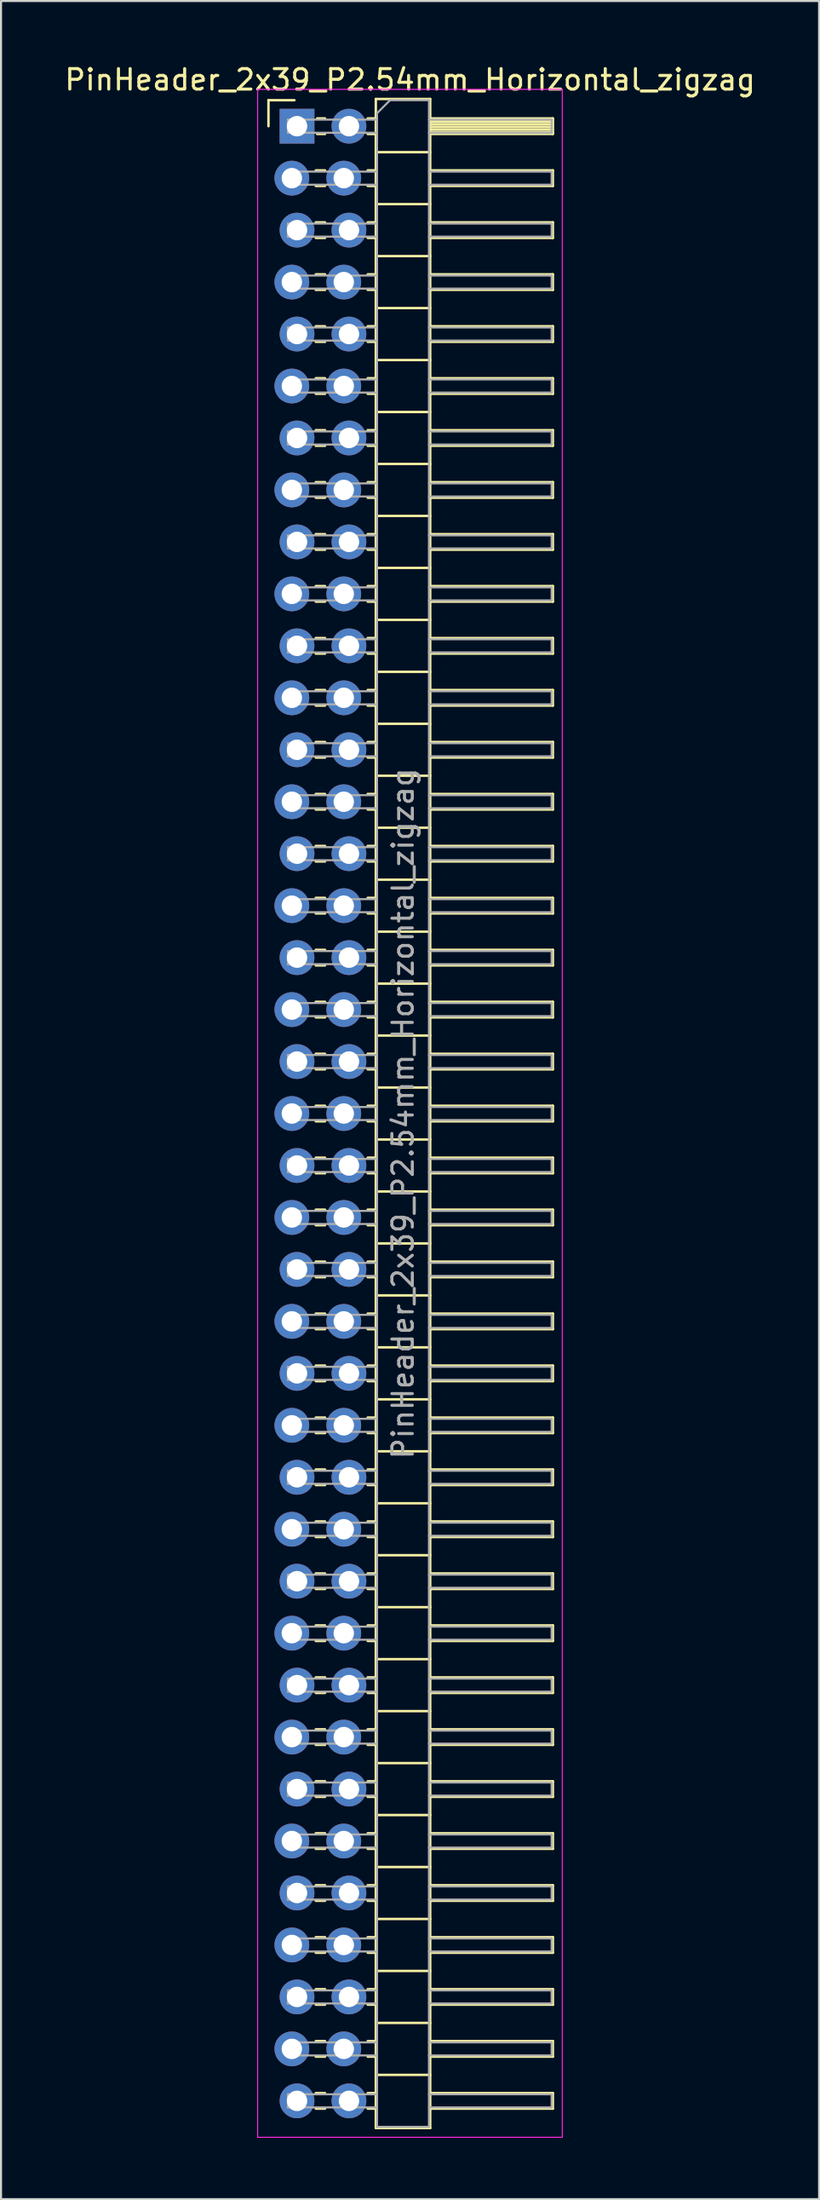
<source format=kicad_pcb>
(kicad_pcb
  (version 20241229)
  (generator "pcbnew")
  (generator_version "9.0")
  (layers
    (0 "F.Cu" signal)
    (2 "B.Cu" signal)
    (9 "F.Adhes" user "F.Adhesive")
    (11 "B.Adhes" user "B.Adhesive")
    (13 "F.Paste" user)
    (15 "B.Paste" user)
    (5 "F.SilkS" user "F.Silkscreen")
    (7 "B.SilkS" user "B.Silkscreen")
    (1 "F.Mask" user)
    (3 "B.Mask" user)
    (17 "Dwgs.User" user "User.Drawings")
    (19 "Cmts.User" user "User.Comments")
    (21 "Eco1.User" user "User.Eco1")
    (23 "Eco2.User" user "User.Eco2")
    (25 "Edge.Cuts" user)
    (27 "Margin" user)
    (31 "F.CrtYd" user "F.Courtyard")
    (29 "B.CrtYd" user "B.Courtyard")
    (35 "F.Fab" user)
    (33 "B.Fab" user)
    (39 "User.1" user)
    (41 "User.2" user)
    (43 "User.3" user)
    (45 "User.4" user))
  (footprint "PinHeader_2x39_P2.54mm_Horizontal_zigzag"
    (layer "F.Cu")
    (at 11.351 3.118)
    (property "Reference" "PinHeader_2x39_P2.54mm_Horizontal_zigzag" (at 5.655 -2.27 0) (layer "F.SilkS") (effects (font (size 1 1) (thickness 0.15))))
    (attr through_hole)
    (fp_line (start -1.27 -1.27) (end 0 -1.27) (stroke (width 0.12) (type solid)) (layer "F.SilkS"))
    (fp_line (start -1.27 0) (end -1.27 -1.27) (stroke (width 0.12) (type solid)) (layer "F.SilkS"))
    (fp_line (start 1.043 2.16) (end 1.497 2.16) (stroke (width 0.12) (type solid)) (layer "F.SilkS"))
    (fp_line (start 1.043 2.92) (end 1.497 2.92) (stroke (width 0.12) (type solid)) (layer "F.SilkS"))
    (fp_line (start 1.043 4.7) (end 1.497 4.7) (stroke (width 0.12) (type solid)) (layer "F.SilkS"))
    (fp_line (start 1.043 5.46) (end 1.497 5.46) (stroke (width 0.12) (type solid)) (layer "F.SilkS"))
    (fp_line (start 1.043 7.24) (end 1.497 7.24) (stroke (width 0.12) (type solid)) (layer "F.SilkS"))
    (fp_line (start 1.043 8) (end 1.497 8) (stroke (width 0.12) (type solid)) (layer "F.SilkS"))
    (fp_line (start 1.043 9.78) (end 1.497 9.78) (stroke (width 0.12) (type solid)) (layer "F.SilkS"))
    (fp_line (start 1.043 10.54) (end 1.497 10.54) (stroke (width 0.12) (type solid)) (layer "F.SilkS"))
    (fp_line (start 1.043 12.32) (end 1.497 12.32) (stroke (width 0.12) (type solid)) (layer "F.SilkS"))
    (fp_line (start 1.043 13.08) (end 1.497 13.08) (stroke (width 0.12) (type solid)) (layer "F.SilkS"))
    (fp_line (start 1.043 14.86) (end 1.497 14.86) (stroke (width 0.12) (type solid)) (layer "F.SilkS"))
    (fp_line (start 1.043 15.62) (end 1.497 15.62) (stroke (width 0.12) (type solid)) (layer "F.SilkS"))
    (fp_line (start 1.043 17.4) (end 1.497 17.4) (stroke (width 0.12) (type solid)) (layer "F.SilkS"))
    (fp_line (start 1.043 18.16) (end 1.497 18.16) (stroke (width 0.12) (type solid)) (layer "F.SilkS"))
    (fp_line (start 1.043 19.94) (end 1.497 19.94) (stroke (width 0.12) (type solid)) (layer "F.SilkS"))
    (fp_line (start 1.043 20.7) (end 1.497 20.7) (stroke (width 0.12) (type solid)) (layer "F.SilkS"))
    (fp_line (start 1.043 22.48) (end 1.497 22.48) (stroke (width 0.12) (type solid)) (layer "F.SilkS"))
    (fp_line (start 1.043 23.24) (end 1.497 23.24) (stroke (width 0.12) (type solid)) (layer "F.SilkS"))
    (fp_line (start 1.043 25.02) (end 1.497 25.02) (stroke (width 0.12) (type solid)) (layer "F.SilkS"))
    (fp_line (start 1.043 25.78) (end 1.497 25.78) (stroke (width 0.12) (type solid)) (layer "F.SilkS"))
    (fp_line (start 1.043 27.56) (end 1.497 27.56) (stroke (width 0.12) (type solid)) (layer "F.SilkS"))
    (fp_line (start 1.043 28.32) (end 1.497 28.32) (stroke (width 0.12) (type solid)) (layer "F.SilkS"))
    (fp_line (start 1.043 30.1) (end 1.497 30.1) (stroke (width 0.12) (type solid)) (layer "F.SilkS"))
    (fp_line (start 1.043 30.86) (end 1.497 30.86) (stroke (width 0.12) (type solid)) (layer "F.SilkS"))
    (fp_line (start 1.043 32.64) (end 1.497 32.64) (stroke (width 0.12) (type solid)) (layer "F.SilkS"))
    (fp_line (start 1.043 33.4) (end 1.497 33.4) (stroke (width 0.12) (type solid)) (layer "F.SilkS"))
    (fp_line (start 1.043 35.18) (end 1.497 35.18) (stroke (width 0.12) (type solid)) (layer "F.SilkS"))
    (fp_line (start 1.043 35.94) (end 1.497 35.94) (stroke (width 0.12) (type solid)) (layer "F.SilkS"))
    (fp_line (start 1.043 37.72) (end 1.497 37.72) (stroke (width 0.12) (type solid)) (layer "F.SilkS"))
    (fp_line (start 1.043 38.48) (end 1.497 38.48) (stroke (width 0.12) (type solid)) (layer "F.SilkS"))
    (fp_line (start 1.043 40.26) (end 1.497 40.26) (stroke (width 0.12) (type solid)) (layer "F.SilkS"))
    (fp_line (start 1.043 41.02) (end 1.497 41.02) (stroke (width 0.12) (type solid)) (layer "F.SilkS"))
    (fp_line (start 1.043 42.8) (end 1.497 42.8) (stroke (width 0.12) (type solid)) (layer "F.SilkS"))
    (fp_line (start 1.043 43.56) (end 1.497 43.56) (stroke (width 0.12) (type solid)) (layer "F.SilkS"))
    (fp_line (start 1.043 45.34) (end 1.497 45.34) (stroke (width 0.12) (type solid)) (layer "F.SilkS"))
    (fp_line (start 1.043 46.1) (end 1.497 46.1) (stroke (width 0.12) (type solid)) (layer "F.SilkS"))
    (fp_line (start 1.043 47.88) (end 1.497 47.88) (stroke (width 0.12) (type solid)) (layer "F.SilkS"))
    (fp_line (start 1.043 48.64) (end 1.497 48.64) (stroke (width 0.12) (type solid)) (layer "F.SilkS"))
    (fp_line (start 1.043 50.42) (end 1.497 50.42) (stroke (width 0.12) (type solid)) (layer "F.SilkS"))
    (fp_line (start 1.043 51.18) (end 1.497 51.18) (stroke (width 0.12) (type solid)) (layer "F.SilkS"))
    (fp_line (start 1.043 52.96) (end 1.497 52.96) (stroke (width 0.12) (type solid)) (layer "F.SilkS"))
    (fp_line (start 1.043 53.72) (end 1.497 53.72) (stroke (width 0.12) (type solid)) (layer "F.SilkS"))
    (fp_line (start 1.043 55.5) (end 1.497 55.5) (stroke (width 0.12) (type solid)) (layer "F.SilkS"))
    (fp_line (start 1.043 56.26) (end 1.497 56.26) (stroke (width 0.12) (type solid)) (layer "F.SilkS"))
    (fp_line (start 1.043 58.04) (end 1.497 58.04) (stroke (width 0.12) (type solid)) (layer "F.SilkS"))
    (fp_line (start 1.043 58.8) (end 1.497 58.8) (stroke (width 0.12) (type solid)) (layer "F.SilkS"))
    (fp_line (start 1.043 60.58) (end 1.497 60.58) (stroke (width 0.12) (type solid)) (layer "F.SilkS"))
    (fp_line (start 1.043 61.34) (end 1.497 61.34) (stroke (width 0.12) (type solid)) (layer "F.SilkS"))
    (fp_line (start 1.043 63.12) (end 1.497 63.12) (stroke (width 0.12) (type solid)) (layer "F.SilkS"))
    (fp_line (start 1.043 63.88) (end 1.497 63.88) (stroke (width 0.12) (type solid)) (layer "F.SilkS"))
    (fp_line (start 1.043 65.66) (end 1.497 65.66) (stroke (width 0.12) (type solid)) (layer "F.SilkS"))
    (fp_line (start 1.043 66.42) (end 1.497 66.42) (stroke (width 0.12) (type solid)) (layer "F.SilkS"))
    (fp_line (start 1.043 68.2) (end 1.497 68.2) (stroke (width 0.12) (type solid)) (layer "F.SilkS"))
    (fp_line (start 1.043 68.96) (end 1.497 68.96) (stroke (width 0.12) (type solid)) (layer "F.SilkS"))
    (fp_line (start 1.043 70.74) (end 1.497 70.74) (stroke (width 0.12) (type solid)) (layer "F.SilkS"))
    (fp_line (start 1.043 71.5) (end 1.497 71.5) (stroke (width 0.12) (type solid)) (layer "F.SilkS"))
    (fp_line (start 1.043 73.28) (end 1.497 73.28) (stroke (width 0.12) (type solid)) (layer "F.SilkS"))
    (fp_line (start 1.043 74.04) (end 1.497 74.04) (stroke (width 0.12) (type solid)) (layer "F.SilkS"))
    (fp_line (start 1.043 75.82) (end 1.497 75.82) (stroke (width 0.12) (type solid)) (layer "F.SilkS"))
    (fp_line (start 1.043 76.58) (end 1.497 76.58) (stroke (width 0.12) (type solid)) (layer "F.SilkS"))
    (fp_line (start 1.043 78.36) (end 1.497 78.36) (stroke (width 0.12) (type solid)) (layer "F.SilkS"))
    (fp_line (start 1.043 79.12) (end 1.497 79.12) (stroke (width 0.12) (type solid)) (layer "F.SilkS"))
    (fp_line (start 1.043 80.9) (end 1.497 80.9) (stroke (width 0.12) (type solid)) (layer "F.SilkS"))
    (fp_line (start 1.043 81.66) (end 1.497 81.66) (stroke (width 0.12) (type solid)) (layer "F.SilkS"))
    (fp_line (start 1.043 83.44) (end 1.497 83.44) (stroke (width 0.12) (type solid)) (layer "F.SilkS"))
    (fp_line (start 1.043 84.2) (end 1.497 84.2) (stroke (width 0.12) (type solid)) (layer "F.SilkS"))
    (fp_line (start 1.043 85.98) (end 1.497 85.98) (stroke (width 0.12) (type solid)) (layer "F.SilkS"))
    (fp_line (start 1.043 86.74) (end 1.497 86.74) (stroke (width 0.12) (type solid)) (layer "F.SilkS"))
    (fp_line (start 1.043 88.52) (end 1.497 88.52) (stroke (width 0.12) (type solid)) (layer "F.SilkS"))
    (fp_line (start 1.043 89.28) (end 1.497 89.28) (stroke (width 0.12) (type solid)) (layer "F.SilkS"))
    (fp_line (start 1.043 91.06) (end 1.497 91.06) (stroke (width 0.12) (type solid)) (layer "F.SilkS"))
    (fp_line (start 1.043 91.82) (end 1.497 91.82) (stroke (width 0.12) (type solid)) (layer "F.SilkS"))
    (fp_line (start 1.043 93.6) (end 1.497 93.6) (stroke (width 0.12) (type solid)) (layer "F.SilkS"))
    (fp_line (start 1.043 94.36) (end 1.497 94.36) (stroke (width 0.12) (type solid)) (layer "F.SilkS"))
    (fp_line (start 1.043 96.14) (end 1.497 96.14) (stroke (width 0.12) (type solid)) (layer "F.SilkS"))
    (fp_line (start 1.043 96.9) (end 1.497 96.9) (stroke (width 0.12) (type solid)) (layer "F.SilkS"))
    (fp_line (start 1.11 -0.38) (end 1.497 -0.38) (stroke (width 0.12) (type solid)) (layer "F.SilkS"))
    (fp_line (start 1.11 0.38) (end 1.497 0.38) (stroke (width 0.12) (type solid)) (layer "F.SilkS"))
    (fp_line (start 3.583 -0.38) (end 3.98 -0.38) (stroke (width 0.12) (type solid)) (layer "F.SilkS"))
    (fp_line (start 3.583 0.38) (end 3.98 0.38) (stroke (width 0.12) (type solid)) (layer "F.SilkS"))
    (fp_line (start 3.583 2.16) (end 3.98 2.16) (stroke (width 0.12) (type solid)) (layer "F.SilkS"))
    (fp_line (start 3.583 2.92) (end 3.98 2.92) (stroke (width 0.12) (type solid)) (layer "F.SilkS"))
    (fp_line (start 3.583 4.7) (end 3.98 4.7) (stroke (width 0.12) (type solid)) (layer "F.SilkS"))
    (fp_line (start 3.583 5.46) (end 3.98 5.46) (stroke (width 0.12) (type solid)) (layer "F.SilkS"))
    (fp_line (start 3.583 7.24) (end 3.98 7.24) (stroke (width 0.12) (type solid)) (layer "F.SilkS"))
    (fp_line (start 3.583 8) (end 3.98 8) (stroke (width 0.12) (type solid)) (layer "F.SilkS"))
    (fp_line (start 3.583 9.78) (end 3.98 9.78) (stroke (width 0.12) (type solid)) (layer "F.SilkS"))
    (fp_line (start 3.583 10.54) (end 3.98 10.54) (stroke (width 0.12) (type solid)) (layer "F.SilkS"))
    (fp_line (start 3.583 12.32) (end 3.98 12.32) (stroke (width 0.12) (type solid)) (layer "F.SilkS"))
    (fp_line (start 3.583 13.08) (end 3.98 13.08) (stroke (width 0.12) (type solid)) (layer "F.SilkS"))
    (fp_line (start 3.583 14.86) (end 3.98 14.86) (stroke (width 0.12) (type solid)) (layer "F.SilkS"))
    (fp_line (start 3.583 15.62) (end 3.98 15.62) (stroke (width 0.12) (type solid)) (layer "F.SilkS"))
    (fp_line (start 3.583 17.4) (end 3.98 17.4) (stroke (width 0.12) (type solid)) (layer "F.SilkS"))
    (fp_line (start 3.583 18.16) (end 3.98 18.16) (stroke (width 0.12) (type solid)) (layer "F.SilkS"))
    (fp_line (start 3.583 19.94) (end 3.98 19.94) (stroke (width 0.12) (type solid)) (layer "F.SilkS"))
    (fp_line (start 3.583 20.7) (end 3.98 20.7) (stroke (width 0.12) (type solid)) (layer "F.SilkS"))
    (fp_line (start 3.583 22.48) (end 3.98 22.48) (stroke (width 0.12) (type solid)) (layer "F.SilkS"))
    (fp_line (start 3.583 23.24) (end 3.98 23.24) (stroke (width 0.12) (type solid)) (layer "F.SilkS"))
    (fp_line (start 3.583 25.02) (end 3.98 25.02) (stroke (width 0.12) (type solid)) (layer "F.SilkS"))
    (fp_line (start 3.583 25.78) (end 3.98 25.78) (stroke (width 0.12) (type solid)) (layer "F.SilkS"))
    (fp_line (start 3.583 27.56) (end 3.98 27.56) (stroke (width 0.12) (type solid)) (layer "F.SilkS"))
    (fp_line (start 3.583 28.32) (end 3.98 28.32) (stroke (width 0.12) (type solid)) (layer "F.SilkS"))
    (fp_line (start 3.583 30.1) (end 3.98 30.1) (stroke (width 0.12) (type solid)) (layer "F.SilkS"))
    (fp_line (start 3.583 30.86) (end 3.98 30.86) (stroke (width 0.12) (type solid)) (layer "F.SilkS"))
    (fp_line (start 3.583 32.64) (end 3.98 32.64) (stroke (width 0.12) (type solid)) (layer "F.SilkS"))
    (fp_line (start 3.583 33.4) (end 3.98 33.4) (stroke (width 0.12) (type solid)) (layer "F.SilkS"))
    (fp_line (start 3.583 35.18) (end 3.98 35.18) (stroke (width 0.12) (type solid)) (layer "F.SilkS"))
    (fp_line (start 3.583 35.94) (end 3.98 35.94) (stroke (width 0.12) (type solid)) (layer "F.SilkS"))
    (fp_line (start 3.583 37.72) (end 3.98 37.72) (stroke (width 0.12) (type solid)) (layer "F.SilkS"))
    (fp_line (start 3.583 38.48) (end 3.98 38.48) (stroke (width 0.12) (type solid)) (layer "F.SilkS"))
    (fp_line (start 3.583 40.26) (end 3.98 40.26) (stroke (width 0.12) (type solid)) (layer "F.SilkS"))
    (fp_line (start 3.583 41.02) (end 3.98 41.02) (stroke (width 0.12) (type solid)) (layer "F.SilkS"))
    (fp_line (start 3.583 42.8) (end 3.98 42.8) (stroke (width 0.12) (type solid)) (layer "F.SilkS"))
    (fp_line (start 3.583 43.56) (end 3.98 43.56) (stroke (width 0.12) (type solid)) (layer "F.SilkS"))
    (fp_line (start 3.583 45.34) (end 3.98 45.34) (stroke (width 0.12) (type solid)) (layer "F.SilkS"))
    (fp_line (start 3.583 46.1) (end 3.98 46.1) (stroke (width 0.12) (type solid)) (layer "F.SilkS"))
    (fp_line (start 3.583 47.88) (end 3.98 47.88) (stroke (width 0.12) (type solid)) (layer "F.SilkS"))
    (fp_line (start 3.583 48.64) (end 3.98 48.64) (stroke (width 0.12) (type solid)) (layer "F.SilkS"))
    (fp_line (start 3.583 50.42) (end 3.98 50.42) (stroke (width 0.12) (type solid)) (layer "F.SilkS"))
    (fp_line (start 3.583 51.18) (end 3.98 51.18) (stroke (width 0.12) (type solid)) (layer "F.SilkS"))
    (fp_line (start 3.583 52.96) (end 3.98 52.96) (stroke (width 0.12) (type solid)) (layer "F.SilkS"))
    (fp_line (start 3.583 53.72) (end 3.98 53.72) (stroke (width 0.12) (type solid)) (layer "F.SilkS"))
    (fp_line (start 3.583 55.5) (end 3.98 55.5) (stroke (width 0.12) (type solid)) (layer "F.SilkS"))
    (fp_line (start 3.583 56.26) (end 3.98 56.26) (stroke (width 0.12) (type solid)) (layer "F.SilkS"))
    (fp_line (start 3.583 58.04) (end 3.98 58.04) (stroke (width 0.12) (type solid)) (layer "F.SilkS"))
    (fp_line (start 3.583 58.8) (end 3.98 58.8) (stroke (width 0.12) (type solid)) (layer "F.SilkS"))
    (fp_line (start 3.583 60.58) (end 3.98 60.58) (stroke (width 0.12) (type solid)) (layer "F.SilkS"))
    (fp_line (start 3.583 61.34) (end 3.98 61.34) (stroke (width 0.12) (type solid)) (layer "F.SilkS"))
    (fp_line (start 3.583 63.12) (end 3.98 63.12) (stroke (width 0.12) (type solid)) (layer "F.SilkS"))
    (fp_line (start 3.583 63.88) (end 3.98 63.88) (stroke (width 0.12) (type solid)) (layer "F.SilkS"))
    (fp_line (start 3.583 65.66) (end 3.98 65.66) (stroke (width 0.12) (type solid)) (layer "F.SilkS"))
    (fp_line (start 3.583 66.42) (end 3.98 66.42) (stroke (width 0.12) (type solid)) (layer "F.SilkS"))
    (fp_line (start 3.583 68.2) (end 3.98 68.2) (stroke (width 0.12) (type solid)) (layer "F.SilkS"))
    (fp_line (start 3.583 68.96) (end 3.98 68.96) (stroke (width 0.12) (type solid)) (layer "F.SilkS"))
    (fp_line (start 3.583 70.74) (end 3.98 70.74) (stroke (width 0.12) (type solid)) (layer "F.SilkS"))
    (fp_line (start 3.583 71.5) (end 3.98 71.5) (stroke (width 0.12) (type solid)) (layer "F.SilkS"))
    (fp_line (start 3.583 73.28) (end 3.98 73.28) (stroke (width 0.12) (type solid)) (layer "F.SilkS"))
    (fp_line (start 3.583 74.04) (end 3.98 74.04) (stroke (width 0.12) (type solid)) (layer "F.SilkS"))
    (fp_line (start 3.583 75.82) (end 3.98 75.82) (stroke (width 0.12) (type solid)) (layer "F.SilkS"))
    (fp_line (start 3.583 76.58) (end 3.98 76.58) (stroke (width 0.12) (type solid)) (layer "F.SilkS"))
    (fp_line (start 3.583 78.36) (end 3.98 78.36) (stroke (width 0.12) (type solid)) (layer "F.SilkS"))
    (fp_line (start 3.583 79.12) (end 3.98 79.12) (stroke (width 0.12) (type solid)) (layer "F.SilkS"))
    (fp_line (start 3.583 80.9) (end 3.98 80.9) (stroke (width 0.12) (type solid)) (layer "F.SilkS"))
    (fp_line (start 3.583 81.66) (end 3.98 81.66) (stroke (width 0.12) (type solid)) (layer "F.SilkS"))
    (fp_line (start 3.583 83.44) (end 3.98 83.44) (stroke (width 0.12) (type solid)) (layer "F.SilkS"))
    (fp_line (start 3.583 84.2) (end 3.98 84.2) (stroke (width 0.12) (type solid)) (layer "F.SilkS"))
    (fp_line (start 3.583 85.98) (end 3.98 85.98) (stroke (width 0.12) (type solid)) (layer "F.SilkS"))
    (fp_line (start 3.583 86.74) (end 3.98 86.74) (stroke (width 0.12) (type solid)) (layer "F.SilkS"))
    (fp_line (start 3.583 88.52) (end 3.98 88.52) (stroke (width 0.12) (type solid)) (layer "F.SilkS"))
    (fp_line (start 3.583 89.28) (end 3.98 89.28) (stroke (width 0.12) (type solid)) (layer "F.SilkS"))
    (fp_line (start 3.583 91.06) (end 3.98 91.06) (stroke (width 0.12) (type solid)) (layer "F.SilkS"))
    (fp_line (start 3.583 91.82) (end 3.98 91.82) (stroke (width 0.12) (type solid)) (layer "F.SilkS"))
    (fp_line (start 3.583 93.6) (end 3.98 93.6) (stroke (width 0.12) (type solid)) (layer "F.SilkS"))
    (fp_line (start 3.583 94.36) (end 3.98 94.36) (stroke (width 0.12) (type solid)) (layer "F.SilkS"))
    (fp_line (start 3.583 96.14) (end 3.98 96.14) (stroke (width 0.12) (type solid)) (layer "F.SilkS"))
    (fp_line (start 3.583 96.9) (end 3.98 96.9) (stroke (width 0.12) (type solid)) (layer "F.SilkS"))
    (fp_line (start 3.98 -1.33) (end 3.98 97.85) (stroke (width 0.12) (type solid)) (layer "F.SilkS"))
    (fp_line (start 3.98 1.27) (end 6.64 1.27) (stroke (width 0.12) (type solid)) (layer "F.SilkS"))
    (fp_line (start 3.98 3.81) (end 6.64 3.81) (stroke (width 0.12) (type solid)) (layer "F.SilkS"))
    (fp_line (start 3.98 6.35) (end 6.64 6.35) (stroke (width 0.12) (type solid)) (layer "F.SilkS"))
    (fp_line (start 3.98 8.89) (end 6.64 8.89) (stroke (width 0.12) (type solid)) (layer "F.SilkS"))
    (fp_line (start 3.98 11.43) (end 6.64 11.43) (stroke (width 0.12) (type solid)) (layer "F.SilkS"))
    (fp_line (start 3.98 13.97) (end 6.64 13.97) (stroke (width 0.12) (type solid)) (layer "F.SilkS"))
    (fp_line (start 3.98 16.51) (end 6.64 16.51) (stroke (width 0.12) (type solid)) (layer "F.SilkS"))
    (fp_line (start 3.98 19.05) (end 6.64 19.05) (stroke (width 0.12) (type solid)) (layer "F.SilkS"))
    (fp_line (start 3.98 21.59) (end 6.64 21.59) (stroke (width 0.12) (type solid)) (layer "F.SilkS"))
    (fp_line (start 3.98 24.13) (end 6.64 24.13) (stroke (width 0.12) (type solid)) (layer "F.SilkS"))
    (fp_line (start 3.98 26.67) (end 6.64 26.67) (stroke (width 0.12) (type solid)) (layer "F.SilkS"))
    (fp_line (start 3.98 29.21) (end 6.64 29.21) (stroke (width 0.12) (type solid)) (layer "F.SilkS"))
    (fp_line (start 3.98 31.75) (end 6.64 31.75) (stroke (width 0.12) (type solid)) (layer "F.SilkS"))
    (fp_line (start 3.98 34.29) (end 6.64 34.29) (stroke (width 0.12) (type solid)) (layer "F.SilkS"))
    (fp_line (start 3.98 36.83) (end 6.64 36.83) (stroke (width 0.12) (type solid)) (layer "F.SilkS"))
    (fp_line (start 3.98 39.37) (end 6.64 39.37) (stroke (width 0.12) (type solid)) (layer "F.SilkS"))
    (fp_line (start 3.98 41.91) (end 6.64 41.91) (stroke (width 0.12) (type solid)) (layer "F.SilkS"))
    (fp_line (start 3.98 44.45) (end 6.64 44.45) (stroke (width 0.12) (type solid)) (layer "F.SilkS"))
    (fp_line (start 3.98 46.99) (end 6.64 46.99) (stroke (width 0.12) (type solid)) (layer "F.SilkS"))
    (fp_line (start 3.98 49.53) (end 6.64 49.53) (stroke (width 0.12) (type solid)) (layer "F.SilkS"))
    (fp_line (start 3.98 52.07) (end 6.64 52.07) (stroke (width 0.12) (type solid)) (layer "F.SilkS"))
    (fp_line (start 3.98 54.61) (end 6.64 54.61) (stroke (width 0.12) (type solid)) (layer "F.SilkS"))
    (fp_line (start 3.98 57.15) (end 6.64 57.15) (stroke (width 0.12) (type solid)) (layer "F.SilkS"))
    (fp_line (start 3.98 59.69) (end 6.64 59.69) (stroke (width 0.12) (type solid)) (layer "F.SilkS"))
    (fp_line (start 3.98 62.23) (end 6.64 62.23) (stroke (width 0.12) (type solid)) (layer "F.SilkS"))
    (fp_line (start 3.98 64.77) (end 6.64 64.77) (stroke (width 0.12) (type solid)) (layer "F.SilkS"))
    (fp_line (start 3.98 67.31) (end 6.64 67.31) (stroke (width 0.12) (type solid)) (layer "F.SilkS"))
    (fp_line (start 3.98 69.85) (end 6.64 69.85) (stroke (width 0.12) (type solid)) (layer "F.SilkS"))
    (fp_line (start 3.98 72.39) (end 6.64 72.39) (stroke (width 0.12) (type solid)) (layer "F.SilkS"))
    (fp_line (start 3.98 74.93) (end 6.64 74.93) (stroke (width 0.12) (type solid)) (layer "F.SilkS"))
    (fp_line (start 3.98 77.47) (end 6.64 77.47) (stroke (width 0.12) (type solid)) (layer "F.SilkS"))
    (fp_line (start 3.98 80.01) (end 6.64 80.01) (stroke (width 0.12) (type solid)) (layer "F.SilkS"))
    (fp_line (start 3.98 82.55) (end 6.64 82.55) (stroke (width 0.12) (type solid)) (layer "F.SilkS"))
    (fp_line (start 3.98 85.09) (end 6.64 85.09) (stroke (width 0.12) (type solid)) (layer "F.SilkS"))
    (fp_line (start 3.98 87.63) (end 6.64 87.63) (stroke (width 0.12) (type solid)) (layer "F.SilkS"))
    (fp_line (start 3.98 90.17) (end 6.64 90.17) (stroke (width 0.12) (type solid)) (layer "F.SilkS"))
    (fp_line (start 3.98 92.71) (end 6.64 92.71) (stroke (width 0.12) (type solid)) (layer "F.SilkS"))
    (fp_line (start 3.98 95.25) (end 6.64 95.25) (stroke (width 0.12) (type solid)) (layer "F.SilkS"))
    (fp_line (start 3.98 97.85) (end 6.64 97.85) (stroke (width 0.12) (type solid)) (layer "F.SilkS"))
    (fp_line (start 6.64 -1.33) (end 3.98 -1.33) (stroke (width 0.12) (type solid)) (layer "F.SilkS"))
    (fp_line (start 6.64 -0.38) (end 12.64 -0.38) (stroke (width 0.12) (type solid)) (layer "F.SilkS"))
    (fp_line (start 6.64 -0.32) (end 12.64 -0.32) (stroke (width 0.12) (type solid)) (layer "F.SilkS"))
    (fp_line (start 6.64 -0.2) (end 12.64 -0.2) (stroke (width 0.12) (type solid)) (layer "F.SilkS"))
    (fp_line (start 6.64 -0.08) (end 12.64 -0.08) (stroke (width 0.12) (type solid)) (layer "F.SilkS"))
    (fp_line (start 6.64 0.04) (end 12.64 0.04) (stroke (width 0.12) (type solid)) (layer "F.SilkS"))
    (fp_line (start 6.64 0.16) (end 12.64 0.16) (stroke (width 0.12) (type solid)) (layer "F.SilkS"))
    (fp_line (start 6.64 0.28) (end 12.64 0.28) (stroke (width 0.12) (type solid)) (layer "F.SilkS"))
    (fp_line (start 6.64 2.16) (end 12.64 2.16) (stroke (width 0.12) (type solid)) (layer "F.SilkS"))
    (fp_line (start 6.64 4.7) (end 12.64 4.7) (stroke (width 0.12) (type solid)) (layer "F.SilkS"))
    (fp_line (start 6.64 7.24) (end 12.64 7.24) (stroke (width 0.12) (type solid)) (layer "F.SilkS"))
    (fp_line (start 6.64 9.78) (end 12.64 9.78) (stroke (width 0.12) (type solid)) (layer "F.SilkS"))
    (fp_line (start 6.64 12.32) (end 12.64 12.32) (stroke (width 0.12) (type solid)) (layer "F.SilkS"))
    (fp_line (start 6.64 14.86) (end 12.64 14.86) (stroke (width 0.12) (type solid)) (layer "F.SilkS"))
    (fp_line (start 6.64 17.4) (end 12.64 17.4) (stroke (width 0.12) (type solid)) (layer "F.SilkS"))
    (fp_line (start 6.64 19.94) (end 12.64 19.94) (stroke (width 0.12) (type solid)) (layer "F.SilkS"))
    (fp_line (start 6.64 22.48) (end 12.64 22.48) (stroke (width 0.12) (type solid)) (layer "F.SilkS"))
    (fp_line (start 6.64 25.02) (end 12.64 25.02) (stroke (width 0.12) (type solid)) (layer "F.SilkS"))
    (fp_line (start 6.64 27.56) (end 12.64 27.56) (stroke (width 0.12) (type solid)) (layer "F.SilkS"))
    (fp_line (start 6.64 30.1) (end 12.64 30.1) (stroke (width 0.12) (type solid)) (layer "F.SilkS"))
    (fp_line (start 6.64 32.64) (end 12.64 32.64) (stroke (width 0.12) (type solid)) (layer "F.SilkS"))
    (fp_line (start 6.64 35.18) (end 12.64 35.18) (stroke (width 0.12) (type solid)) (layer "F.SilkS"))
    (fp_line (start 6.64 37.72) (end 12.64 37.72) (stroke (width 0.12) (type solid)) (layer "F.SilkS"))
    (fp_line (start 6.64 40.26) (end 12.64 40.26) (stroke (width 0.12) (type solid)) (layer "F.SilkS"))
    (fp_line (start 6.64 42.8) (end 12.64 42.8) (stroke (width 0.12) (type solid)) (layer "F.SilkS"))
    (fp_line (start 6.64 45.34) (end 12.64 45.34) (stroke (width 0.12) (type solid)) (layer "F.SilkS"))
    (fp_line (start 6.64 47.88) (end 12.64 47.88) (stroke (width 0.12) (type solid)) (layer "F.SilkS"))
    (fp_line (start 6.64 50.42) (end 12.64 50.42) (stroke (width 0.12) (type solid)) (layer "F.SilkS"))
    (fp_line (start 6.64 52.96) (end 12.64 52.96) (stroke (width 0.12) (type solid)) (layer "F.SilkS"))
    (fp_line (start 6.64 55.5) (end 12.64 55.5) (stroke (width 0.12) (type solid)) (layer "F.SilkS"))
    (fp_line (start 6.64 58.04) (end 12.64 58.04) (stroke (width 0.12) (type solid)) (layer "F.SilkS"))
    (fp_line (start 6.64 60.58) (end 12.64 60.58) (stroke (width 0.12) (type solid)) (layer "F.SilkS"))
    (fp_line (start 6.64 63.12) (end 12.64 63.12) (stroke (width 0.12) (type solid)) (layer "F.SilkS"))
    (fp_line (start 6.64 65.66) (end 12.64 65.66) (stroke (width 0.12) (type solid)) (layer "F.SilkS"))
    (fp_line (start 6.64 68.2) (end 12.64 68.2) (stroke (width 0.12) (type solid)) (layer "F.SilkS"))
    (fp_line (start 6.64 70.74) (end 12.64 70.74) (stroke (width 0.12) (type solid)) (layer "F.SilkS"))
    (fp_line (start 6.64 73.28) (end 12.64 73.28) (stroke (width 0.12) (type solid)) (layer "F.SilkS"))
    (fp_line (start 6.64 75.82) (end 12.64 75.82) (stroke (width 0.12) (type solid)) (layer "F.SilkS"))
    (fp_line (start 6.64 78.36) (end 12.64 78.36) (stroke (width 0.12) (type solid)) (layer "F.SilkS"))
    (fp_line (start 6.64 80.9) (end 12.64 80.9) (stroke (width 0.12) (type solid)) (layer "F.SilkS"))
    (fp_line (start 6.64 83.44) (end 12.64 83.44) (stroke (width 0.12) (type solid)) (layer "F.SilkS"))
    (fp_line (start 6.64 85.98) (end 12.64 85.98) (stroke (width 0.12) (type solid)) (layer "F.SilkS"))
    (fp_line (start 6.64 88.52) (end 12.64 88.52) (stroke (width 0.12) (type solid)) (layer "F.SilkS"))
    (fp_line (start 6.64 91.06) (end 12.64 91.06) (stroke (width 0.12) (type solid)) (layer "F.SilkS"))
    (fp_line (start 6.64 93.6) (end 12.64 93.6) (stroke (width 0.12) (type solid)) (layer "F.SilkS"))
    (fp_line (start 6.64 96.14) (end 12.64 96.14) (stroke (width 0.12) (type solid)) (layer "F.SilkS"))
    (fp_line (start 6.64 97.85) (end 6.64 -1.33) (stroke (width 0.12) (type solid)) (layer "F.SilkS"))
    (fp_line (start 12.64 -0.38) (end 12.64 0.38) (stroke (width 0.12) (type solid)) (layer "F.SilkS"))
    (fp_line (start 12.64 0.38) (end 6.64 0.38) (stroke (width 0.12) (type solid)) (layer "F.SilkS"))
    (fp_line (start 12.64 2.16) (end 12.64 2.92) (stroke (width 0.12) (type solid)) (layer "F.SilkS"))
    (fp_line (start 12.64 2.92) (end 6.64 2.92) (stroke (width 0.12) (type solid)) (layer "F.SilkS"))
    (fp_line (start 12.64 4.7) (end 12.64 5.46) (stroke (width 0.12) (type solid)) (layer "F.SilkS"))
    (fp_line (start 12.64 5.46) (end 6.64 5.46) (stroke (width 0.12) (type solid)) (layer "F.SilkS"))
    (fp_line (start 12.64 7.24) (end 12.64 8) (stroke (width 0.12) (type solid)) (layer "F.SilkS"))
    (fp_line (start 12.64 8) (end 6.64 8) (stroke (width 0.12) (type solid)) (layer "F.SilkS"))
    (fp_line (start 12.64 9.78) (end 12.64 10.54) (stroke (width 0.12) (type solid)) (layer "F.SilkS"))
    (fp_line (start 12.64 10.54) (end 6.64 10.54) (stroke (width 0.12) (type solid)) (layer "F.SilkS"))
    (fp_line (start 12.64 12.32) (end 12.64 13.08) (stroke (width 0.12) (type solid)) (layer "F.SilkS"))
    (fp_line (start 12.64 13.08) (end 6.64 13.08) (stroke (width 0.12) (type solid)) (layer "F.SilkS"))
    (fp_line (start 12.64 14.86) (end 12.64 15.62) (stroke (width 0.12) (type solid)) (layer "F.SilkS"))
    (fp_line (start 12.64 15.62) (end 6.64 15.62) (stroke (width 0.12) (type solid)) (layer "F.SilkS"))
    (fp_line (start 12.64 17.4) (end 12.64 18.16) (stroke (width 0.12) (type solid)) (layer "F.SilkS"))
    (fp_line (start 12.64 18.16) (end 6.64 18.16) (stroke (width 0.12) (type solid)) (layer "F.SilkS"))
    (fp_line (start 12.64 19.94) (end 12.64 20.7) (stroke (width 0.12) (type solid)) (layer "F.SilkS"))
    (fp_line (start 12.64 20.7) (end 6.64 20.7) (stroke (width 0.12) (type solid)) (layer "F.SilkS"))
    (fp_line (start 12.64 22.48) (end 12.64 23.24) (stroke (width 0.12) (type solid)) (layer "F.SilkS"))
    (fp_line (start 12.64 23.24) (end 6.64 23.24) (stroke (width 0.12) (type solid)) (layer "F.SilkS"))
    (fp_line (start 12.64 25.02) (end 12.64 25.78) (stroke (width 0.12) (type solid)) (layer "F.SilkS"))
    (fp_line (start 12.64 25.78) (end 6.64 25.78) (stroke (width 0.12) (type solid)) (layer "F.SilkS"))
    (fp_line (start 12.64 27.56) (end 12.64 28.32) (stroke (width 0.12) (type solid)) (layer "F.SilkS"))
    (fp_line (start 12.64 28.32) (end 6.64 28.32) (stroke (width 0.12) (type solid)) (layer "F.SilkS"))
    (fp_line (start 12.64 30.1) (end 12.64 30.86) (stroke (width 0.12) (type solid)) (layer "F.SilkS"))
    (fp_line (start 12.64 30.86) (end 6.64 30.86) (stroke (width 0.12) (type solid)) (layer "F.SilkS"))
    (fp_line (start 12.64 32.64) (end 12.64 33.4) (stroke (width 0.12) (type solid)) (layer "F.SilkS"))
    (fp_line (start 12.64 33.4) (end 6.64 33.4) (stroke (width 0.12) (type solid)) (layer "F.SilkS"))
    (fp_line (start 12.64 35.18) (end 12.64 35.94) (stroke (width 0.12) (type solid)) (layer "F.SilkS"))
    (fp_line (start 12.64 35.94) (end 6.64 35.94) (stroke (width 0.12) (type solid)) (layer "F.SilkS"))
    (fp_line (start 12.64 37.72) (end 12.64 38.48) (stroke (width 0.12) (type solid)) (layer "F.SilkS"))
    (fp_line (start 12.64 38.48) (end 6.64 38.48) (stroke (width 0.12) (type solid)) (layer "F.SilkS"))
    (fp_line (start 12.64 40.26) (end 12.64 41.02) (stroke (width 0.12) (type solid)) (layer "F.SilkS"))
    (fp_line (start 12.64 41.02) (end 6.64 41.02) (stroke (width 0.12) (type solid)) (layer "F.SilkS"))
    (fp_line (start 12.64 42.8) (end 12.64 43.56) (stroke (width 0.12) (type solid)) (layer "F.SilkS"))
    (fp_line (start 12.64 43.56) (end 6.64 43.56) (stroke (width 0.12) (type solid)) (layer "F.SilkS"))
    (fp_line (start 12.64 45.34) (end 12.64 46.1) (stroke (width 0.12) (type solid)) (layer "F.SilkS"))
    (fp_line (start 12.64 46.1) (end 6.64 46.1) (stroke (width 0.12) (type solid)) (layer "F.SilkS"))
    (fp_line (start 12.64 47.88) (end 12.64 48.64) (stroke (width 0.12) (type solid)) (layer "F.SilkS"))
    (fp_line (start 12.64 48.64) (end 6.64 48.64) (stroke (width 0.12) (type solid)) (layer "F.SilkS"))
    (fp_line (start 12.64 50.42) (end 12.64 51.18) (stroke (width 0.12) (type solid)) (layer "F.SilkS"))
    (fp_line (start 12.64 51.18) (end 6.64 51.18) (stroke (width 0.12) (type solid)) (layer "F.SilkS"))
    (fp_line (start 12.64 52.96) (end 12.64 53.72) (stroke (width 0.12) (type solid)) (layer "F.SilkS"))
    (fp_line (start 12.64 53.72) (end 6.64 53.72) (stroke (width 0.12) (type solid)) (layer "F.SilkS"))
    (fp_line (start 12.64 55.5) (end 12.64 56.26) (stroke (width 0.12) (type solid)) (layer "F.SilkS"))
    (fp_line (start 12.64 56.26) (end 6.64 56.26) (stroke (width 0.12) (type solid)) (layer "F.SilkS"))
    (fp_line (start 12.64 58.04) (end 12.64 58.8) (stroke (width 0.12) (type solid)) (layer "F.SilkS"))
    (fp_line (start 12.64 58.8) (end 6.64 58.8) (stroke (width 0.12) (type solid)) (layer "F.SilkS"))
    (fp_line (start 12.64 60.58) (end 12.64 61.34) (stroke (width 0.12) (type solid)) (layer "F.SilkS"))
    (fp_line (start 12.64 61.34) (end 6.64 61.34) (stroke (width 0.12) (type solid)) (layer "F.SilkS"))
    (fp_line (start 12.64 63.12) (end 12.64 63.88) (stroke (width 0.12) (type solid)) (layer "F.SilkS"))
    (fp_line (start 12.64 63.88) (end 6.64 63.88) (stroke (width 0.12) (type solid)) (layer "F.SilkS"))
    (fp_line (start 12.64 65.66) (end 12.64 66.42) (stroke (width 0.12) (type solid)) (layer "F.SilkS"))
    (fp_line (start 12.64 66.42) (end 6.64 66.42) (stroke (width 0.12) (type solid)) (layer "F.SilkS"))
    (fp_line (start 12.64 68.2) (end 12.64 68.96) (stroke (width 0.12) (type solid)) (layer "F.SilkS"))
    (fp_line (start 12.64 68.96) (end 6.64 68.96) (stroke (width 0.12) (type solid)) (layer "F.SilkS"))
    (fp_line (start 12.64 70.74) (end 12.64 71.5) (stroke (width 0.12) (type solid)) (layer "F.SilkS"))
    (fp_line (start 12.64 71.5) (end 6.64 71.5) (stroke (width 0.12) (type solid)) (layer "F.SilkS"))
    (fp_line (start 12.64 73.28) (end 12.64 74.04) (stroke (width 0.12) (type solid)) (layer "F.SilkS"))
    (fp_line (start 12.64 74.04) (end 6.64 74.04) (stroke (width 0.12) (type solid)) (layer "F.SilkS"))
    (fp_line (start 12.64 75.82) (end 12.64 76.58) (stroke (width 0.12) (type solid)) (layer "F.SilkS"))
    (fp_line (start 12.64 76.58) (end 6.64 76.58) (stroke (width 0.12) (type solid)) (layer "F.SilkS"))
    (fp_line (start 12.64 78.36) (end 12.64 79.12) (stroke (width 0.12) (type solid)) (layer "F.SilkS"))
    (fp_line (start 12.64 79.12) (end 6.64 79.12) (stroke (width 0.12) (type solid)) (layer "F.SilkS"))
    (fp_line (start 12.64 80.9) (end 12.64 81.66) (stroke (width 0.12) (type solid)) (layer "F.SilkS"))
    (fp_line (start 12.64 81.66) (end 6.64 81.66) (stroke (width 0.12) (type solid)) (layer "F.SilkS"))
    (fp_line (start 12.64 83.44) (end 12.64 84.2) (stroke (width 0.12) (type solid)) (layer "F.SilkS"))
    (fp_line (start 12.64 84.2) (end 6.64 84.2) (stroke (width 0.12) (type solid)) (layer "F.SilkS"))
    (fp_line (start 12.64 85.98) (end 12.64 86.74) (stroke (width 0.12) (type solid)) (layer "F.SilkS"))
    (fp_line (start 12.64 86.74) (end 6.64 86.74) (stroke (width 0.12) (type solid)) (layer "F.SilkS"))
    (fp_line (start 12.64 88.52) (end 12.64 89.28) (stroke (width 0.12) (type solid)) (layer "F.SilkS"))
    (fp_line (start 12.64 89.28) (end 6.64 89.28) (stroke (width 0.12) (type solid)) (layer "F.SilkS"))
    (fp_line (start 12.64 91.06) (end 12.64 91.82) (stroke (width 0.12) (type solid)) (layer "F.SilkS"))
    (fp_line (start 12.64 91.82) (end 6.64 91.82) (stroke (width 0.12) (type solid)) (layer "F.SilkS"))
    (fp_line (start 12.64 93.6) (end 12.64 94.36) (stroke (width 0.12) (type solid)) (layer "F.SilkS"))
    (fp_line (start 12.64 94.36) (end 6.64 94.36) (stroke (width 0.12) (type solid)) (layer "F.SilkS"))
    (fp_line (start 12.64 96.14) (end 12.64 96.9) (stroke (width 0.12) (type solid)) (layer "F.SilkS"))
    (fp_line (start 12.64 96.9) (end 6.64 96.9) (stroke (width 0.12) (type solid)) (layer "F.SilkS"))
    (fp_line (start -1.8 -1.8) (end -1.8 98.3) (stroke (width 0.05) (type solid)) (layer "F.CrtYd"))
    (fp_line (start -1.8 98.3) (end 13.1 98.3) (stroke (width 0.05) (type solid)) (layer "F.CrtYd"))
    (fp_line (start 13.1 -1.8) (end -1.8 -1.8) (stroke (width 0.05) (type solid)) (layer "F.CrtYd"))
    (fp_line (start 13.1 98.3) (end 13.1 -1.8) (stroke (width 0.05) (type solid)) (layer "F.CrtYd"))
    (fp_line (start -0.32 -0.32) (end -0.32 0.32) (stroke (width 0.1) (type solid)) (layer "F.Fab"))
    (fp_line (start -0.32 -0.32) (end 4.04 -0.32) (stroke (width 0.1) (type solid)) (layer "F.Fab"))
    (fp_line (start -0.32 0.32) (end 4.04 0.32) (stroke (width 0.1) (type solid)) (layer "F.Fab"))
    (fp_line (start -0.32 2.22) (end -0.32 2.86) (stroke (width 0.1) (type solid)) (layer "F.Fab"))
    (fp_line (start -0.32 2.22) (end 4.04 2.22) (stroke (width 0.1) (type solid)) (layer "F.Fab"))
    (fp_line (start -0.32 2.86) (end 4.04 2.86) (stroke (width 0.1) (type solid)) (layer "F.Fab"))
    (fp_line (start -0.32 4.76) (end -0.32 5.4) (stroke (width 0.1) (type solid)) (layer "F.Fab"))
    (fp_line (start -0.32 4.76) (end 4.04 4.76) (stroke (width 0.1) (type solid)) (layer "F.Fab"))
    (fp_line (start -0.32 5.4) (end 4.04 5.4) (stroke (width 0.1) (type solid)) (layer "F.Fab"))
    (fp_line (start -0.32 7.3) (end -0.32 7.94) (stroke (width 0.1) (type solid)) (layer "F.Fab"))
    (fp_line (start -0.32 7.3) (end 4.04 7.3) (stroke (width 0.1) (type solid)) (layer "F.Fab"))
    (fp_line (start -0.32 7.94) (end 4.04 7.94) (stroke (width 0.1) (type solid)) (layer "F.Fab"))
    (fp_line (start -0.32 9.84) (end -0.32 10.48) (stroke (width 0.1) (type solid)) (layer "F.Fab"))
    (fp_line (start -0.32 9.84) (end 4.04 9.84) (stroke (width 0.1) (type solid)) (layer "F.Fab"))
    (fp_line (start -0.32 10.48) (end 4.04 10.48) (stroke (width 0.1) (type solid)) (layer "F.Fab"))
    (fp_line (start -0.32 12.38) (end -0.32 13.02) (stroke (width 0.1) (type solid)) (layer "F.Fab"))
    (fp_line (start -0.32 12.38) (end 4.04 12.38) (stroke (width 0.1) (type solid)) (layer "F.Fab"))
    (fp_line (start -0.32 13.02) (end 4.04 13.02) (stroke (width 0.1) (type solid)) (layer "F.Fab"))
    (fp_line (start -0.32 14.92) (end -0.32 15.56) (stroke (width 0.1) (type solid)) (layer "F.Fab"))
    (fp_line (start -0.32 14.92) (end 4.04 14.92) (stroke (width 0.1) (type solid)) (layer "F.Fab"))
    (fp_line (start -0.32 15.56) (end 4.04 15.56) (stroke (width 0.1) (type solid)) (layer "F.Fab"))
    (fp_line (start -0.32 17.46) (end -0.32 18.1) (stroke (width 0.1) (type solid)) (layer "F.Fab"))
    (fp_line (start -0.32 17.46) (end 4.04 17.46) (stroke (width 0.1) (type solid)) (layer "F.Fab"))
    (fp_line (start -0.32 18.1) (end 4.04 18.1) (stroke (width 0.1) (type solid)) (layer "F.Fab"))
    (fp_line (start -0.32 20) (end -0.32 20.64) (stroke (width 0.1) (type solid)) (layer "F.Fab"))
    (fp_line (start -0.32 20) (end 4.04 20) (stroke (width 0.1) (type solid)) (layer "F.Fab"))
    (fp_line (start -0.32 20.64) (end 4.04 20.64) (stroke (width 0.1) (type solid)) (layer "F.Fab"))
    (fp_line (start -0.32 22.54) (end -0.32 23.18) (stroke (width 0.1) (type solid)) (layer "F.Fab"))
    (fp_line (start -0.32 22.54) (end 4.04 22.54) (stroke (width 0.1) (type solid)) (layer "F.Fab"))
    (fp_line (start -0.32 23.18) (end 4.04 23.18) (stroke (width 0.1) (type solid)) (layer "F.Fab"))
    (fp_line (start -0.32 25.08) (end -0.32 25.72) (stroke (width 0.1) (type solid)) (layer "F.Fab"))
    (fp_line (start -0.32 25.08) (end 4.04 25.08) (stroke (width 0.1) (type solid)) (layer "F.Fab"))
    (fp_line (start -0.32 25.72) (end 4.04 25.72) (stroke (width 0.1) (type solid)) (layer "F.Fab"))
    (fp_line (start -0.32 27.62) (end -0.32 28.26) (stroke (width 0.1) (type solid)) (layer "F.Fab"))
    (fp_line (start -0.32 27.62) (end 4.04 27.62) (stroke (width 0.1) (type solid)) (layer "F.Fab"))
    (fp_line (start -0.32 28.26) (end 4.04 28.26) (stroke (width 0.1) (type solid)) (layer "F.Fab"))
    (fp_line (start -0.32 30.16) (end -0.32 30.8) (stroke (width 0.1) (type solid)) (layer "F.Fab"))
    (fp_line (start -0.32 30.16) (end 4.04 30.16) (stroke (width 0.1) (type solid)) (layer "F.Fab"))
    (fp_line (start -0.32 30.8) (end 4.04 30.8) (stroke (width 0.1) (type solid)) (layer "F.Fab"))
    (fp_line (start -0.32 32.7) (end -0.32 33.34) (stroke (width 0.1) (type solid)) (layer "F.Fab"))
    (fp_line (start -0.32 32.7) (end 4.04 32.7) (stroke (width 0.1) (type solid)) (layer "F.Fab"))
    (fp_line (start -0.32 33.34) (end 4.04 33.34) (stroke (width 0.1) (type solid)) (layer "F.Fab"))
    (fp_line (start -0.32 35.24) (end -0.32 35.88) (stroke (width 0.1) (type solid)) (layer "F.Fab"))
    (fp_line (start -0.32 35.24) (end 4.04 35.24) (stroke (width 0.1) (type solid)) (layer "F.Fab"))
    (fp_line (start -0.32 35.88) (end 4.04 35.88) (stroke (width 0.1) (type solid)) (layer "F.Fab"))
    (fp_line (start -0.32 37.78) (end -0.32 38.42) (stroke (width 0.1) (type solid)) (layer "F.Fab"))
    (fp_line (start -0.32 37.78) (end 4.04 37.78) (stroke (width 0.1) (type solid)) (layer "F.Fab"))
    (fp_line (start -0.32 38.42) (end 4.04 38.42) (stroke (width 0.1) (type solid)) (layer "F.Fab"))
    (fp_line (start -0.32 40.32) (end -0.32 40.96) (stroke (width 0.1) (type solid)) (layer "F.Fab"))
    (fp_line (start -0.32 40.32) (end 4.04 40.32) (stroke (width 0.1) (type solid)) (layer "F.Fab"))
    (fp_line (start -0.32 40.96) (end 4.04 40.96) (stroke (width 0.1) (type solid)) (layer "F.Fab"))
    (fp_line (start -0.32 42.86) (end -0.32 43.5) (stroke (width 0.1) (type solid)) (layer "F.Fab"))
    (fp_line (start -0.32 42.86) (end 4.04 42.86) (stroke (width 0.1) (type solid)) (layer "F.Fab"))
    (fp_line (start -0.32 43.5) (end 4.04 43.5) (stroke (width 0.1) (type solid)) (layer "F.Fab"))
    (fp_line (start -0.32 45.4) (end -0.32 46.04) (stroke (width 0.1) (type solid)) (layer "F.Fab"))
    (fp_line (start -0.32 45.4) (end 4.04 45.4) (stroke (width 0.1) (type solid)) (layer "F.Fab"))
    (fp_line (start -0.32 46.04) (end 4.04 46.04) (stroke (width 0.1) (type solid)) (layer "F.Fab"))
    (fp_line (start -0.32 47.94) (end -0.32 48.58) (stroke (width 0.1) (type solid)) (layer "F.Fab"))
    (fp_line (start -0.32 47.94) (end 4.04 47.94) (stroke (width 0.1) (type solid)) (layer "F.Fab"))
    (fp_line (start -0.32 48.58) (end 4.04 48.58) (stroke (width 0.1) (type solid)) (layer "F.Fab"))
    (fp_line (start -0.32 50.48) (end -0.32 51.12) (stroke (width 0.1) (type solid)) (layer "F.Fab"))
    (fp_line (start -0.32 50.48) (end 4.04 50.48) (stroke (width 0.1) (type solid)) (layer "F.Fab"))
    (fp_line (start -0.32 51.12) (end 4.04 51.12) (stroke (width 0.1) (type solid)) (layer "F.Fab"))
    (fp_line (start -0.32 53.02) (end -0.32 53.66) (stroke (width 0.1) (type solid)) (layer "F.Fab"))
    (fp_line (start -0.32 53.02) (end 4.04 53.02) (stroke (width 0.1) (type solid)) (layer "F.Fab"))
    (fp_line (start -0.32 53.66) (end 4.04 53.66) (stroke (width 0.1) (type solid)) (layer "F.Fab"))
    (fp_line (start -0.32 55.56) (end -0.32 56.2) (stroke (width 0.1) (type solid)) (layer "F.Fab"))
    (fp_line (start -0.32 55.56) (end 4.04 55.56) (stroke (width 0.1) (type solid)) (layer "F.Fab"))
    (fp_line (start -0.32 56.2) (end 4.04 56.2) (stroke (width 0.1) (type solid)) (layer "F.Fab"))
    (fp_line (start -0.32 58.1) (end -0.32 58.74) (stroke (width 0.1) (type solid)) (layer "F.Fab"))
    (fp_line (start -0.32 58.1) (end 4.04 58.1) (stroke (width 0.1) (type solid)) (layer "F.Fab"))
    (fp_line (start -0.32 58.74) (end 4.04 58.74) (stroke (width 0.1) (type solid)) (layer "F.Fab"))
    (fp_line (start -0.32 60.64) (end -0.32 61.28) (stroke (width 0.1) (type solid)) (layer "F.Fab"))
    (fp_line (start -0.32 60.64) (end 4.04 60.64) (stroke (width 0.1) (type solid)) (layer "F.Fab"))
    (fp_line (start -0.32 61.28) (end 4.04 61.28) (stroke (width 0.1) (type solid)) (layer "F.Fab"))
    (fp_line (start -0.32 63.18) (end -0.32 63.82) (stroke (width 0.1) (type solid)) (layer "F.Fab"))
    (fp_line (start -0.32 63.18) (end 4.04 63.18) (stroke (width 0.1) (type solid)) (layer "F.Fab"))
    (fp_line (start -0.32 63.82) (end 4.04 63.82) (stroke (width 0.1) (type solid)) (layer "F.Fab"))
    (fp_line (start -0.32 65.72) (end -0.32 66.36) (stroke (width 0.1) (type solid)) (layer "F.Fab"))
    (fp_line (start -0.32 65.72) (end 4.04 65.72) (stroke (width 0.1) (type solid)) (layer "F.Fab"))
    (fp_line (start -0.32 66.36) (end 4.04 66.36) (stroke (width 0.1) (type solid)) (layer "F.Fab"))
    (fp_line (start -0.32 68.26) (end -0.32 68.9) (stroke (width 0.1) (type solid)) (layer "F.Fab"))
    (fp_line (start -0.32 68.26) (end 4.04 68.26) (stroke (width 0.1) (type solid)) (layer "F.Fab"))
    (fp_line (start -0.32 68.9) (end 4.04 68.9) (stroke (width 0.1) (type solid)) (layer "F.Fab"))
    (fp_line (start -0.32 70.8) (end -0.32 71.44) (stroke (width 0.1) (type solid)) (layer "F.Fab"))
    (fp_line (start -0.32 70.8) (end 4.04 70.8) (stroke (width 0.1) (type solid)) (layer "F.Fab"))
    (fp_line (start -0.32 71.44) (end 4.04 71.44) (stroke (width 0.1) (type solid)) (layer "F.Fab"))
    (fp_line (start -0.32 73.34) (end -0.32 73.98) (stroke (width 0.1) (type solid)) (layer "F.Fab"))
    (fp_line (start -0.32 73.34) (end 4.04 73.34) (stroke (width 0.1) (type solid)) (layer "F.Fab"))
    (fp_line (start -0.32 73.98) (end 4.04 73.98) (stroke (width 0.1) (type solid)) (layer "F.Fab"))
    (fp_line (start -0.32 75.88) (end -0.32 76.52) (stroke (width 0.1) (type solid)) (layer "F.Fab"))
    (fp_line (start -0.32 75.88) (end 4.04 75.88) (stroke (width 0.1) (type solid)) (layer "F.Fab"))
    (fp_line (start -0.32 76.52) (end 4.04 76.52) (stroke (width 0.1) (type solid)) (layer "F.Fab"))
    (fp_line (start -0.32 78.42) (end -0.32 79.06) (stroke (width 0.1) (type solid)) (layer "F.Fab"))
    (fp_line (start -0.32 78.42) (end 4.04 78.42) (stroke (width 0.1) (type solid)) (layer "F.Fab"))
    (fp_line (start -0.32 79.06) (end 4.04 79.06) (stroke (width 0.1) (type solid)) (layer "F.Fab"))
    (fp_line (start -0.32 80.96) (end -0.32 81.6) (stroke (width 0.1) (type solid)) (layer "F.Fab"))
    (fp_line (start -0.32 80.96) (end 4.04 80.96) (stroke (width 0.1) (type solid)) (layer "F.Fab"))
    (fp_line (start -0.32 81.6) (end 4.04 81.6) (stroke (width 0.1) (type solid)) (layer "F.Fab"))
    (fp_line (start -0.32 83.5) (end -0.32 84.14) (stroke (width 0.1) (type solid)) (layer "F.Fab"))
    (fp_line (start -0.32 83.5) (end 4.04 83.5) (stroke (width 0.1) (type solid)) (layer "F.Fab"))
    (fp_line (start -0.32 84.14) (end 4.04 84.14) (stroke (width 0.1) (type solid)) (layer "F.Fab"))
    (fp_line (start -0.32 86.04) (end -0.32 86.68) (stroke (width 0.1) (type solid)) (layer "F.Fab"))
    (fp_line (start -0.32 86.04) (end 4.04 86.04) (stroke (width 0.1) (type solid)) (layer "F.Fab"))
    (fp_line (start -0.32 86.68) (end 4.04 86.68) (stroke (width 0.1) (type solid)) (layer "F.Fab"))
    (fp_line (start -0.32 88.58) (end -0.32 89.22) (stroke (width 0.1) (type solid)) (layer "F.Fab"))
    (fp_line (start -0.32 88.58) (end 4.04 88.58) (stroke (width 0.1) (type solid)) (layer "F.Fab"))
    (fp_line (start -0.32 89.22) (end 4.04 89.22) (stroke (width 0.1) (type solid)) (layer "F.Fab"))
    (fp_line (start -0.32 91.12) (end -0.32 91.76) (stroke (width 0.1) (type solid)) (layer "F.Fab"))
    (fp_line (start -0.32 91.12) (end 4.04 91.12) (stroke (width 0.1) (type solid)) (layer "F.Fab"))
    (fp_line (start -0.32 91.76) (end 4.04 91.76) (stroke (width 0.1) (type solid)) (layer "F.Fab"))
    (fp_line (start -0.32 93.66) (end -0.32 94.3) (stroke (width 0.1) (type solid)) (layer "F.Fab"))
    (fp_line (start -0.32 93.66) (end 4.04 93.66) (stroke (width 0.1) (type solid)) (layer "F.Fab"))
    (fp_line (start -0.32 94.3) (end 4.04 94.3) (stroke (width 0.1) (type solid)) (layer "F.Fab"))
    (fp_line (start -0.32 96.2) (end -0.32 96.84) (stroke (width 0.1) (type solid)) (layer "F.Fab"))
    (fp_line (start -0.32 96.2) (end 4.04 96.2) (stroke (width 0.1) (type solid)) (layer "F.Fab"))
    (fp_line (start -0.32 96.84) (end 4.04 96.84) (stroke (width 0.1) (type solid)) (layer "F.Fab"))
    (fp_line (start 4.04 -0.635) (end 4.675 -1.27) (stroke (width 0.1) (type solid)) (layer "F.Fab"))
    (fp_line (start 4.04 97.79) (end 4.04 -0.635) (stroke (width 0.1) (type solid)) (layer "F.Fab"))
    (fp_line (start 4.675 -1.27) (end 6.58 -1.27) (stroke (width 0.1) (type solid)) (layer "F.Fab"))
    (fp_line (start 6.58 -1.27) (end 6.58 97.79) (stroke (width 0.1) (type solid)) (layer "F.Fab"))
    (fp_line (start 6.58 -0.32) (end 12.58 -0.32) (stroke (width 0.1) (type solid)) (layer "F.Fab"))
    (fp_line (start 6.58 0.32) (end 12.58 0.32) (stroke (width 0.1) (type solid)) (layer "F.Fab"))
    (fp_line (start 6.58 2.22) (end 12.58 2.22) (stroke (width 0.1) (type solid)) (layer "F.Fab"))
    (fp_line (start 6.58 2.86) (end 12.58 2.86) (stroke (width 0.1) (type solid)) (layer "F.Fab"))
    (fp_line (start 6.58 4.76) (end 12.58 4.76) (stroke (width 0.1) (type solid)) (layer "F.Fab"))
    (fp_line (start 6.58 5.4) (end 12.58 5.4) (stroke (width 0.1) (type solid)) (layer "F.Fab"))
    (fp_line (start 6.58 7.3) (end 12.58 7.3) (stroke (width 0.1) (type solid)) (layer "F.Fab"))
    (fp_line (start 6.58 7.94) (end 12.58 7.94) (stroke (width 0.1) (type solid)) (layer "F.Fab"))
    (fp_line (start 6.58 9.84) (end 12.58 9.84) (stroke (width 0.1) (type solid)) (layer "F.Fab"))
    (fp_line (start 6.58 10.48) (end 12.58 10.48) (stroke (width 0.1) (type solid)) (layer "F.Fab"))
    (fp_line (start 6.58 12.38) (end 12.58 12.38) (stroke (width 0.1) (type solid)) (layer "F.Fab"))
    (fp_line (start 6.58 13.02) (end 12.58 13.02) (stroke (width 0.1) (type solid)) (layer "F.Fab"))
    (fp_line (start 6.58 14.92) (end 12.58 14.92) (stroke (width 0.1) (type solid)) (layer "F.Fab"))
    (fp_line (start 6.58 15.56) (end 12.58 15.56) (stroke (width 0.1) (type solid)) (layer "F.Fab"))
    (fp_line (start 6.58 17.46) (end 12.58 17.46) (stroke (width 0.1) (type solid)) (layer "F.Fab"))
    (fp_line (start 6.58 18.1) (end 12.58 18.1) (stroke (width 0.1) (type solid)) (layer "F.Fab"))
    (fp_line (start 6.58 20) (end 12.58 20) (stroke (width 0.1) (type solid)) (layer "F.Fab"))
    (fp_line (start 6.58 20.64) (end 12.58 20.64) (stroke (width 0.1) (type solid)) (layer "F.Fab"))
    (fp_line (start 6.58 22.54) (end 12.58 22.54) (stroke (width 0.1) (type solid)) (layer "F.Fab"))
    (fp_line (start 6.58 23.18) (end 12.58 23.18) (stroke (width 0.1) (type solid)) (layer "F.Fab"))
    (fp_line (start 6.58 25.08) (end 12.58 25.08) (stroke (width 0.1) (type solid)) (layer "F.Fab"))
    (fp_line (start 6.58 25.72) (end 12.58 25.72) (stroke (width 0.1) (type solid)) (layer "F.Fab"))
    (fp_line (start 6.58 27.62) (end 12.58 27.62) (stroke (width 0.1) (type solid)) (layer "F.Fab"))
    (fp_line (start 6.58 28.26) (end 12.58 28.26) (stroke (width 0.1) (type solid)) (layer "F.Fab"))
    (fp_line (start 6.58 30.16) (end 12.58 30.16) (stroke (width 0.1) (type solid)) (layer "F.Fab"))
    (fp_line (start 6.58 30.8) (end 12.58 30.8) (stroke (width 0.1) (type solid)) (layer "F.Fab"))
    (fp_line (start 6.58 32.7) (end 12.58 32.7) (stroke (width 0.1) (type solid)) (layer "F.Fab"))
    (fp_line (start 6.58 33.34) (end 12.58 33.34) (stroke (width 0.1) (type solid)) (layer "F.Fab"))
    (fp_line (start 6.58 35.24) (end 12.58 35.24) (stroke (width 0.1) (type solid)) (layer "F.Fab"))
    (fp_line (start 6.58 35.88) (end 12.58 35.88) (stroke (width 0.1) (type solid)) (layer "F.Fab"))
    (fp_line (start 6.58 37.78) (end 12.58 37.78) (stroke (width 0.1) (type solid)) (layer "F.Fab"))
    (fp_line (start 6.58 38.42) (end 12.58 38.42) (stroke (width 0.1) (type solid)) (layer "F.Fab"))
    (fp_line (start 6.58 40.32) (end 12.58 40.32) (stroke (width 0.1) (type solid)) (layer "F.Fab"))
    (fp_line (start 6.58 40.96) (end 12.58 40.96) (stroke (width 0.1) (type solid)) (layer "F.Fab"))
    (fp_line (start 6.58 42.86) (end 12.58 42.86) (stroke (width 0.1) (type solid)) (layer "F.Fab"))
    (fp_line (start 6.58 43.5) (end 12.58 43.5) (stroke (width 0.1) (type solid)) (layer "F.Fab"))
    (fp_line (start 6.58 45.4) (end 12.58 45.4) (stroke (width 0.1) (type solid)) (layer "F.Fab"))
    (fp_line (start 6.58 46.04) (end 12.58 46.04) (stroke (width 0.1) (type solid)) (layer "F.Fab"))
    (fp_line (start 6.58 47.94) (end 12.58 47.94) (stroke (width 0.1) (type solid)) (layer "F.Fab"))
    (fp_line (start 6.58 48.58) (end 12.58 48.58) (stroke (width 0.1) (type solid)) (layer "F.Fab"))
    (fp_line (start 6.58 50.48) (end 12.58 50.48) (stroke (width 0.1) (type solid)) (layer "F.Fab"))
    (fp_line (start 6.58 51.12) (end 12.58 51.12) (stroke (width 0.1) (type solid)) (layer "F.Fab"))
    (fp_line (start 6.58 53.02) (end 12.58 53.02) (stroke (width 0.1) (type solid)) (layer "F.Fab"))
    (fp_line (start 6.58 53.66) (end 12.58 53.66) (stroke (width 0.1) (type solid)) (layer "F.Fab"))
    (fp_line (start 6.58 55.56) (end 12.58 55.56) (stroke (width 0.1) (type solid)) (layer "F.Fab"))
    (fp_line (start 6.58 56.2) (end 12.58 56.2) (stroke (width 0.1) (type solid)) (layer "F.Fab"))
    (fp_line (start 6.58 58.1) (end 12.58 58.1) (stroke (width 0.1) (type solid)) (layer "F.Fab"))
    (fp_line (start 6.58 58.74) (end 12.58 58.74) (stroke (width 0.1) (type solid)) (layer "F.Fab"))
    (fp_line (start 6.58 60.64) (end 12.58 60.64) (stroke (width 0.1) (type solid)) (layer "F.Fab"))
    (fp_line (start 6.58 61.28) (end 12.58 61.28) (stroke (width 0.1) (type solid)) (layer "F.Fab"))
    (fp_line (start 6.58 63.18) (end 12.58 63.18) (stroke (width 0.1) (type solid)) (layer "F.Fab"))
    (fp_line (start 6.58 63.82) (end 12.58 63.82) (stroke (width 0.1) (type solid)) (layer "F.Fab"))
    (fp_line (start 6.58 65.72) (end 12.58 65.72) (stroke (width 0.1) (type solid)) (layer "F.Fab"))
    (fp_line (start 6.58 66.36) (end 12.58 66.36) (stroke (width 0.1) (type solid)) (layer "F.Fab"))
    (fp_line (start 6.58 68.26) (end 12.58 68.26) (stroke (width 0.1) (type solid)) (layer "F.Fab"))
    (fp_line (start 6.58 68.9) (end 12.58 68.9) (stroke (width 0.1) (type solid)) (layer "F.Fab"))
    (fp_line (start 6.58 70.8) (end 12.58 70.8) (stroke (width 0.1) (type solid)) (layer "F.Fab"))
    (fp_line (start 6.58 71.44) (end 12.58 71.44) (stroke (width 0.1) (type solid)) (layer "F.Fab"))
    (fp_line (start 6.58 73.34) (end 12.58 73.34) (stroke (width 0.1) (type solid)) (layer "F.Fab"))
    (fp_line (start 6.58 73.98) (end 12.58 73.98) (stroke (width 0.1) (type solid)) (layer "F.Fab"))
    (fp_line (start 6.58 75.88) (end 12.58 75.88) (stroke (width 0.1) (type solid)) (layer "F.Fab"))
    (fp_line (start 6.58 76.52) (end 12.58 76.52) (stroke (width 0.1) (type solid)) (layer "F.Fab"))
    (fp_line (start 6.58 78.42) (end 12.58 78.42) (stroke (width 0.1) (type solid)) (layer "F.Fab"))
    (fp_line (start 6.58 79.06) (end 12.58 79.06) (stroke (width 0.1) (type solid)) (layer "F.Fab"))
    (fp_line (start 6.58 80.96) (end 12.58 80.96) (stroke (width 0.1) (type solid)) (layer "F.Fab"))
    (fp_line (start 6.58 81.6) (end 12.58 81.6) (stroke (width 0.1) (type solid)) (layer "F.Fab"))
    (fp_line (start 6.58 83.5) (end 12.58 83.5) (stroke (width 0.1) (type solid)) (layer "F.Fab"))
    (fp_line (start 6.58 84.14) (end 12.58 84.14) (stroke (width 0.1) (type solid)) (layer "F.Fab"))
    (fp_line (start 6.58 86.04) (end 12.58 86.04) (stroke (width 0.1) (type solid)) (layer "F.Fab"))
    (fp_line (start 6.58 86.68) (end 12.58 86.68) (stroke (width 0.1) (type solid)) (layer "F.Fab"))
    (fp_line (start 6.58 88.58) (end 12.58 88.58) (stroke (width 0.1) (type solid)) (layer "F.Fab"))
    (fp_line (start 6.58 89.22) (end 12.58 89.22) (stroke (width 0.1) (type solid)) (layer "F.Fab"))
    (fp_line (start 6.58 91.12) (end 12.58 91.12) (stroke (width 0.1) (type solid)) (layer "F.Fab"))
    (fp_line (start 6.58 91.76) (end 12.58 91.76) (stroke (width 0.1) (type solid)) (layer "F.Fab"))
    (fp_line (start 6.58 93.66) (end 12.58 93.66) (stroke (width 0.1) (type solid)) (layer "F.Fab"))
    (fp_line (start 6.58 94.3) (end 12.58 94.3) (stroke (width 0.1) (type solid)) (layer "F.Fab"))
    (fp_line (start 6.58 96.2) (end 12.58 96.2) (stroke (width 0.1) (type solid)) (layer "F.Fab"))
    (fp_line (start 6.58 96.84) (end 12.58 96.84) (stroke (width 0.1) (type solid)) (layer "F.Fab"))
    (fp_line (start 6.58 97.79) (end 4.04 97.79) (stroke (width 0.1) (type solid)) (layer "F.Fab"))
    (fp_line (start 12.58 -0.32) (end 12.58 0.32) (stroke (width 0.1) (type solid)) (layer "F.Fab"))
    (fp_line (start 12.58 2.22) (end 12.58 2.86) (stroke (width 0.1) (type solid)) (layer "F.Fab"))
    (fp_line (start 12.58 4.76) (end 12.58 5.4) (stroke (width 0.1) (type solid)) (layer "F.Fab"))
    (fp_line (start 12.58 7.3) (end 12.58 7.94) (stroke (width 0.1) (type solid)) (layer "F.Fab"))
    (fp_line (start 12.58 9.84) (end 12.58 10.48) (stroke (width 0.1) (type solid)) (layer "F.Fab"))
    (fp_line (start 12.58 12.38) (end 12.58 13.02) (stroke (width 0.1) (type solid)) (layer "F.Fab"))
    (fp_line (start 12.58 14.92) (end 12.58 15.56) (stroke (width 0.1) (type solid)) (layer "F.Fab"))
    (fp_line (start 12.58 17.46) (end 12.58 18.1) (stroke (width 0.1) (type solid)) (layer "F.Fab"))
    (fp_line (start 12.58 20) (end 12.58 20.64) (stroke (width 0.1) (type solid)) (layer "F.Fab"))
    (fp_line (start 12.58 22.54) (end 12.58 23.18) (stroke (width 0.1) (type solid)) (layer "F.Fab"))
    (fp_line (start 12.58 25.08) (end 12.58 25.72) (stroke (width 0.1) (type solid)) (layer "F.Fab"))
    (fp_line (start 12.58 27.62) (end 12.58 28.26) (stroke (width 0.1) (type solid)) (layer "F.Fab"))
    (fp_line (start 12.58 30.16) (end 12.58 30.8) (stroke (width 0.1) (type solid)) (layer "F.Fab"))
    (fp_line (start 12.58 32.7) (end 12.58 33.34) (stroke (width 0.1) (type solid)) (layer "F.Fab"))
    (fp_line (start 12.58 35.24) (end 12.58 35.88) (stroke (width 0.1) (type solid)) (layer "F.Fab"))
    (fp_line (start 12.58 37.78) (end 12.58 38.42) (stroke (width 0.1) (type solid)) (layer "F.Fab"))
    (fp_line (start 12.58 40.32) (end 12.58 40.96) (stroke (width 0.1) (type solid)) (layer "F.Fab"))
    (fp_line (start 12.58 42.86) (end 12.58 43.5) (stroke (width 0.1) (type solid)) (layer "F.Fab"))
    (fp_line (start 12.58 45.4) (end 12.58 46.04) (stroke (width 0.1) (type solid)) (layer "F.Fab"))
    (fp_line (start 12.58 47.94) (end 12.58 48.58) (stroke (width 0.1) (type solid)) (layer "F.Fab"))
    (fp_line (start 12.58 50.48) (end 12.58 51.12) (stroke (width 0.1) (type solid)) (layer "F.Fab"))
    (fp_line (start 12.58 53.02) (end 12.58 53.66) (stroke (width 0.1) (type solid)) (layer "F.Fab"))
    (fp_line (start 12.58 55.56) (end 12.58 56.2) (stroke (width 0.1) (type solid)) (layer "F.Fab"))
    (fp_line (start 12.58 58.1) (end 12.58 58.74) (stroke (width 0.1) (type solid)) (layer "F.Fab"))
    (fp_line (start 12.58 60.64) (end 12.58 61.28) (stroke (width 0.1) (type solid)) (layer "F.Fab"))
    (fp_line (start 12.58 63.18) (end 12.58 63.82) (stroke (width 0.1) (type solid)) (layer "F.Fab"))
    (fp_line (start 12.58 65.72) (end 12.58 66.36) (stroke (width 0.1) (type solid)) (layer "F.Fab"))
    (fp_line (start 12.58 68.26) (end 12.58 68.9) (stroke (width 0.1) (type solid)) (layer "F.Fab"))
    (fp_line (start 12.58 70.8) (end 12.58 71.44) (stroke (width 0.1) (type solid)) (layer "F.Fab"))
    (fp_line (start 12.58 73.34) (end 12.58 73.98) (stroke (width 0.1) (type solid)) (layer "F.Fab"))
    (fp_line (start 12.58 75.88) (end 12.58 76.52) (stroke (width 0.1) (type solid)) (layer "F.Fab"))
    (fp_line (start 12.58 78.42) (end 12.58 79.06) (stroke (width 0.1) (type solid)) (layer "F.Fab"))
    (fp_line (start 12.58 80.96) (end 12.58 81.6) (stroke (width 0.1) (type solid)) (layer "F.Fab"))
    (fp_line (start 12.58 83.5) (end 12.58 84.14) (stroke (width 0.1) (type solid)) (layer "F.Fab"))
    (fp_line (start 12.58 86.04) (end 12.58 86.68) (stroke (width 0.1) (type solid)) (layer "F.Fab"))
    (fp_line (start 12.58 88.58) (end 12.58 89.22) (stroke (width 0.1) (type solid)) (layer "F.Fab"))
    (fp_line (start 12.58 91.12) (end 12.58 91.76) (stroke (width 0.1) (type solid)) (layer "F.Fab"))
    (fp_line (start 12.58 93.66) (end 12.58 94.3) (stroke (width 0.1) (type solid)) (layer "F.Fab"))
    (fp_line (start 12.58 96.2) (end 12.58 96.84) (stroke (width 0.1) (type solid)) (layer "F.Fab"))
    (fp_text user "${REFERENCE}" (at 5.31 48.26 90) (layer "F.Fab") (effects (font (size 1 1) (thickness 0.15))))
    (pad "1" thru_hole rect (at 0.127 0) (size 1.7 1.7) (drill 1) (layers "*.Cu" "*.Mask"))
    (pad "2" thru_hole oval (at 2.667 0) (size 1.7 1.7) (drill 1) (layers "*.Cu" "*.Mask"))
    (pad "3" thru_hole oval (at -0.127 2.54) (size 1.7 1.7) (drill 1) (layers "*.Cu" "*.Mask"))
    (pad "4" thru_hole oval (at 2.413 2.54) (size 1.7 1.7) (drill 1) (layers "*.Cu" "*.Mask"))
    (pad "5" thru_hole oval (at 0.127 5.08) (size 1.7 1.7) (drill 1) (layers "*.Cu" "*.Mask"))
    (pad "6" thru_hole oval (at 2.667 5.08) (size 1.7 1.7) (drill 1) (layers "*.Cu" "*.Mask"))
    (pad "7" thru_hole oval (at -0.127 7.62) (size 1.7 1.7) (drill 1) (layers "*.Cu" "*.Mask"))
    (pad "8" thru_hole oval (at 2.413 7.62) (size 1.7 1.7) (drill 1) (layers "*.Cu" "*.Mask"))
    (pad "9" thru_hole oval (at 0.127 10.16) (size 1.7 1.7) (drill 1) (layers "*.Cu" "*.Mask"))
    (pad "10" thru_hole oval (at 2.667 10.16) (size 1.7 1.7) (drill 1) (layers "*.Cu" "*.Mask"))
    (pad "11" thru_hole oval (at -0.127 12.7) (size 1.7 1.7) (drill 1) (layers "*.Cu" "*.Mask"))
    (pad "12" thru_hole oval (at 2.413 12.7) (size 1.7 1.7) (drill 1) (layers "*.Cu" "*.Mask"))
    (pad "13" thru_hole oval (at 0.127 15.24) (size 1.7 1.7) (drill 1) (layers "*.Cu" "*.Mask"))
    (pad "14" thru_hole oval (at 2.667 15.24) (size 1.7 1.7) (drill 1) (layers "*.Cu" "*.Mask"))
    (pad "15" thru_hole oval (at -0.127 17.78) (size 1.7 1.7) (drill 1) (layers "*.Cu" "*.Mask"))
    (pad "16" thru_hole oval (at 2.413 17.78) (size 1.7 1.7) (drill 1) (layers "*.Cu" "*.Mask"))
    (pad "17" thru_hole oval (at 0.127 20.32) (size 1.7 1.7) (drill 1) (layers "*.Cu" "*.Mask"))
    (pad "18" thru_hole oval (at 2.667 20.32) (size 1.7 1.7) (drill 1) (layers "*.Cu" "*.Mask"))
    (pad "19" thru_hole oval (at -0.127 22.86) (size 1.7 1.7) (drill 1) (layers "*.Cu" "*.Mask"))
    (pad "20" thru_hole oval (at 2.413 22.86) (size 1.7 1.7) (drill 1) (layers "*.Cu" "*.Mask"))
    (pad "21" thru_hole oval (at 0.127 25.4) (size 1.7 1.7) (drill 1) (layers "*.Cu" "*.Mask"))
    (pad "22" thru_hole oval (at 2.667 25.4) (size 1.7 1.7) (drill 1) (layers "*.Cu" "*.Mask"))
    (pad "23" thru_hole oval (at -0.127 27.94) (size 1.7 1.7) (drill 1) (layers "*.Cu" "*.Mask"))
    (pad "24" thru_hole oval (at 2.413 27.94) (size 1.7 1.7) (drill 1) (layers "*.Cu" "*.Mask"))
    (pad "25" thru_hole oval (at 0.127 30.48) (size 1.7 1.7) (drill 1) (layers "*.Cu" "*.Mask"))
    (pad "26" thru_hole oval (at 2.667 30.48) (size 1.7 1.7) (drill 1) (layers "*.Cu" "*.Mask"))
    (pad "27" thru_hole oval (at -0.127 33.02) (size 1.7 1.7) (drill 1) (layers "*.Cu" "*.Mask"))
    (pad "28" thru_hole oval (at 2.413 33.02) (size 1.7 1.7) (drill 1) (layers "*.Cu" "*.Mask"))
    (pad "29" thru_hole oval (at 0.127 35.56) (size 1.7 1.7) (drill 1) (layers "*.Cu" "*.Mask"))
    (pad "30" thru_hole oval (at 2.667 35.56) (size 1.7 1.7) (drill 1) (layers "*.Cu" "*.Mask"))
    (pad "31" thru_hole oval (at -0.127 38.1) (size 1.7 1.7) (drill 1) (layers "*.Cu" "*.Mask"))
    (pad "32" thru_hole oval (at 2.413 38.1) (size 1.7 1.7) (drill 1) (layers "*.Cu" "*.Mask"))
    (pad "33" thru_hole oval (at 0.127 40.64) (size 1.7 1.7) (drill 1) (layers "*.Cu" "*.Mask"))
    (pad "34" thru_hole oval (at 2.667 40.64) (size 1.7 1.7) (drill 1) (layers "*.Cu" "*.Mask"))
    (pad "35" thru_hole oval (at -0.127 43.18) (size 1.7 1.7) (drill 1) (layers "*.Cu" "*.Mask"))
    (pad "36" thru_hole oval (at 2.413 43.18) (size 1.7 1.7) (drill 1) (layers "*.Cu" "*.Mask"))
    (pad "37" thru_hole oval (at 0.127 45.72) (size 1.7 1.7) (drill 1) (layers "*.Cu" "*.Mask"))
    (pad "38" thru_hole oval (at 2.667 45.72) (size 1.7 1.7) (drill 1) (layers "*.Cu" "*.Mask"))
    (pad "39" thru_hole oval (at -0.127 48.26) (size 1.7 1.7) (drill 1) (layers "*.Cu" "*.Mask"))
    (pad "40" thru_hole oval (at 2.413 48.26) (size 1.7 1.7) (drill 1) (layers "*.Cu" "*.Mask"))
    (pad "41" thru_hole oval (at 0.127 50.8) (size 1.7 1.7) (drill 1) (layers "*.Cu" "*.Mask"))
    (pad "42" thru_hole oval (at 2.667 50.8) (size 1.7 1.7) (drill 1) (layers "*.Cu" "*.Mask"))
    (pad "43" thru_hole oval (at -0.127 53.34) (size 1.7 1.7) (drill 1) (layers "*.Cu" "*.Mask"))
    (pad "44" thru_hole oval (at 2.413 53.34) (size 1.7 1.7) (drill 1) (layers "*.Cu" "*.Mask"))
    (pad "45" thru_hole oval (at 0.127 55.88) (size 1.7 1.7) (drill 1) (layers "*.Cu" "*.Mask"))
    (pad "46" thru_hole oval (at 2.667 55.88) (size 1.7 1.7) (drill 1) (layers "*.Cu" "*.Mask"))
    (pad "47" thru_hole oval (at -0.127 58.42) (size 1.7 1.7) (drill 1) (layers "*.Cu" "*.Mask"))
    (pad "48" thru_hole oval (at 2.413 58.42) (size 1.7 1.7) (drill 1) (layers "*.Cu" "*.Mask"))
    (pad "49" thru_hole oval (at 0.127 60.96) (size 1.7 1.7) (drill 1) (layers "*.Cu" "*.Mask"))
    (pad "50" thru_hole oval (at 2.667 60.96) (size 1.7 1.7) (drill 1) (layers "*.Cu" "*.Mask"))
    (pad "51" thru_hole oval (at -0.127 63.5) (size 1.7 1.7) (drill 1) (layers "*.Cu" "*.Mask"))
    (pad "52" thru_hole oval (at 2.413 63.5) (size 1.7 1.7) (drill 1) (layers "*.Cu" "*.Mask"))
    (pad "53" thru_hole oval (at 0.127 66.04) (size 1.7 1.7) (drill 1) (layers "*.Cu" "*.Mask"))
    (pad "54" thru_hole oval (at 2.667 66.04) (size 1.7 1.7) (drill 1) (layers "*.Cu" "*.Mask"))
    (pad "55" thru_hole oval (at -0.127 68.58) (size 1.7 1.7) (drill 1) (layers "*.Cu" "*.Mask"))
    (pad "56" thru_hole oval (at 2.413 68.58) (size 1.7 1.7) (drill 1) (layers "*.Cu" "*.Mask"))
    (pad "57" thru_hole oval (at 0.127 71.12) (size 1.7 1.7) (drill 1) (layers "*.Cu" "*.Mask"))
    (pad "58" thru_hole oval (at 2.667 71.12) (size 1.7 1.7) (drill 1) (layers "*.Cu" "*.Mask"))
    (pad "59" thru_hole oval (at -0.127 73.66) (size 1.7 1.7) (drill 1) (layers "*.Cu" "*.Mask"))
    (pad "60" thru_hole oval (at 2.413 73.66) (size 1.7 1.7) (drill 1) (layers "*.Cu" "*.Mask"))
    (pad "61" thru_hole oval (at 0.127 76.2) (size 1.7 1.7) (drill 1) (layers "*.Cu" "*.Mask"))
    (pad "62" thru_hole oval (at 2.667 76.2) (size 1.7 1.7) (drill 1) (layers "*.Cu" "*.Mask"))
    (pad "63" thru_hole oval (at -0.127 78.74) (size 1.7 1.7) (drill 1) (layers "*.Cu" "*.Mask"))
    (pad "64" thru_hole oval (at 2.413 78.74) (size 1.7 1.7) (drill 1) (layers "*.Cu" "*.Mask"))
    (pad "65" thru_hole oval (at 0.127 81.28) (size 1.7 1.7) (drill 1) (layers "*.Cu" "*.Mask"))
    (pad "66" thru_hole oval (at 2.667 81.28) (size 1.7 1.7) (drill 1) (layers "*.Cu" "*.Mask"))
    (pad "67" thru_hole oval (at -0.127 83.82) (size 1.7 1.7) (drill 1) (layers "*.Cu" "*.Mask"))
    (pad "68" thru_hole oval (at 2.413 83.82) (size 1.7 1.7) (drill 1) (layers "*.Cu" "*.Mask"))
    (pad "69" thru_hole oval (at 0.127 86.36) (size 1.7 1.7) (drill 1) (layers "*.Cu" "*.Mask"))
    (pad "70" thru_hole oval (at 2.667 86.36) (size 1.7 1.7) (drill 1) (layers "*.Cu" "*.Mask"))
    (pad "71" thru_hole oval (at -0.127 88.9) (size 1.7 1.7) (drill 1) (layers "*.Cu" "*.Mask"))
    (pad "72" thru_hole oval (at 2.413 88.9) (size 1.7 1.7) (drill 1) (layers "*.Cu" "*.Mask"))
    (pad "73" thru_hole oval (at 0.127 91.44) (size 1.7 1.7) (drill 1) (layers "*.Cu" "*.Mask"))
    (pad "74" thru_hole oval (at 2.667 91.44) (size 1.7 1.7) (drill 1) (layers "*.Cu" "*.Mask"))
    (pad "75" thru_hole oval (at -0.127 93.98) (size 1.7 1.7) (drill 1) (layers "*.Cu" "*.Mask"))
    (pad "76" thru_hole oval (at 2.413 93.98) (size 1.7 1.7) (drill 1) (layers "*.Cu" "*.Mask"))
    (pad "77" thru_hole oval (at 0.127 96.52) (size 1.7 1.7) (drill 1) (layers "*.Cu" "*.Mask"))
    (pad "78" thru_hole oval (at 2.667 96.52) (size 1.7 1.7) (drill 1) (layers "*.Cu" "*.Mask")))
  (gr_rect
    (start -3 -3)
    (end 37.012 104.443)
    (stroke (width 0.1) (type default))
    (fill no)
    (layer "Edge.Cuts")))
</source>
